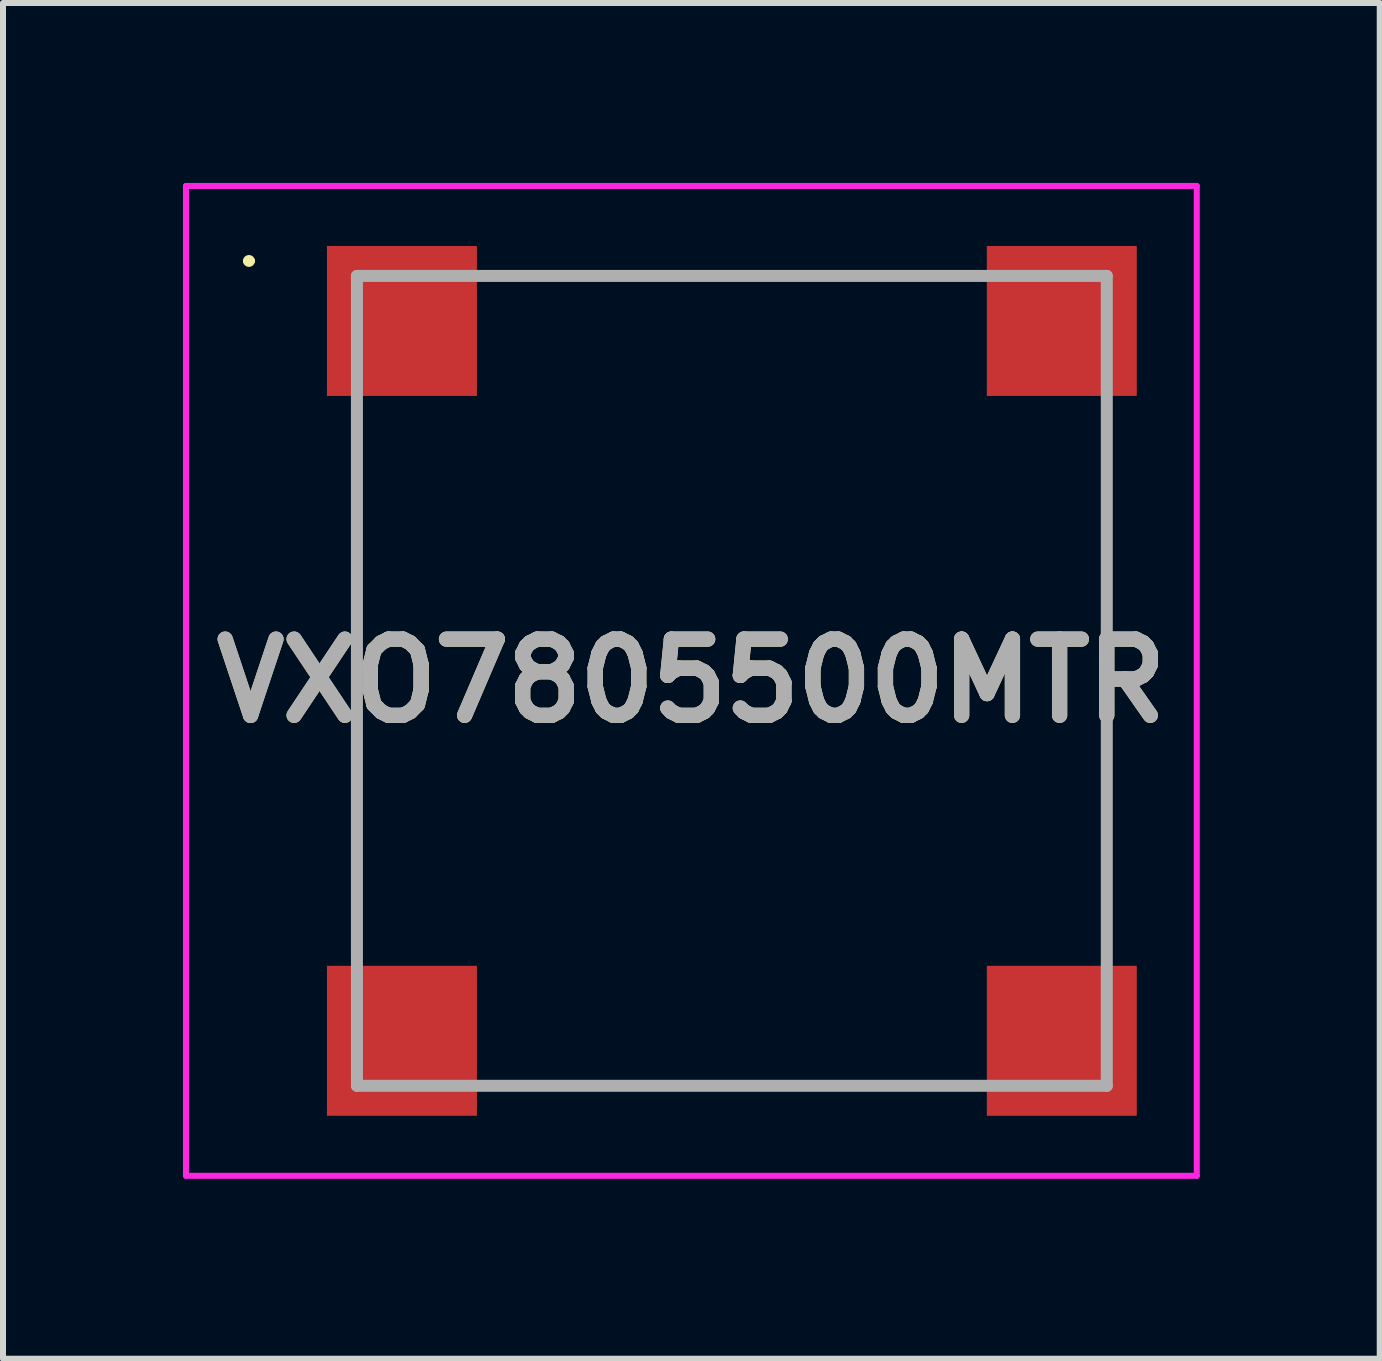
<source format=kicad_pcb>
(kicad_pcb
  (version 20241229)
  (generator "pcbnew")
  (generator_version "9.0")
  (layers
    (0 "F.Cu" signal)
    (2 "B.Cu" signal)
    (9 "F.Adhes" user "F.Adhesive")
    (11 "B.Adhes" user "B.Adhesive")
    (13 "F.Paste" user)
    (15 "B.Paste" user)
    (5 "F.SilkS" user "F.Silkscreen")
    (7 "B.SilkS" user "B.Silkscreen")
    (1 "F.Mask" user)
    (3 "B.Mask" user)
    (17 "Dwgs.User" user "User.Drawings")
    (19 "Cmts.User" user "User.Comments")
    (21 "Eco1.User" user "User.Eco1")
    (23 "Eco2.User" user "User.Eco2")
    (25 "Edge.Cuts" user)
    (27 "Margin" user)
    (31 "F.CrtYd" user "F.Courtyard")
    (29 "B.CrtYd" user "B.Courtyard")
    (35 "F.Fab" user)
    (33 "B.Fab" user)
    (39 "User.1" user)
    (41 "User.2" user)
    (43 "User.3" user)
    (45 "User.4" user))
  (footprint "VXO7805500MTR"
    (layer "F.Cu")
    (at 9.15 8.3)
    (property "Reference" "VXO7805500MTR" (at -0.675 0 0) (layer "F.SilkS") (effects (font (size 1.27 1.27) (thickness 0.254))))
    (attr smd)
    (fp_line (start -8.1 -7) (end -8.1 -7) (stroke (width 0.1) (type solid)) (layer "F.SilkS"))
    (fp_line (start -8 -7) (end -8 -7) (stroke (width 0.1) (type solid)) (layer "F.SilkS"))
    (fp_line (start -6.25 4) (end -6.25 -3) (stroke (width 0.1) (type solid)) (layer "F.SilkS"))
    (fp_line (start -3.5 6.75) (end 3 6.75) (stroke (width 0.1) (type solid)) (layer "F.SilkS"))
    (fp_line (start -3 -6.75) (end 3 -6.75) (stroke (width 0.1) (type solid)) (layer "F.SilkS"))
    (fp_line (start 6.25 4) (end 6.25 -3) (stroke (width 0.1) (type solid)) (layer "F.SilkS"))
    (fp_arc (start -8.1 -7) (mid -8.05 -7.05) (end -8 -7) (stroke (width 0.1) (type solid)) (layer "F.SilkS"))
    (fp_arc (start -8 -7) (mid -8.05 -6.95) (end -8.1 -7) (stroke (width 0.1) (type solid)) (layer "F.SilkS"))
    (fp_line (start -9.1 -8.25) (end 7.75 -8.25) (stroke (width 0.1) (type solid)) (layer "F.CrtYd"))
    (fp_line (start -9.1 8.25) (end -9.1 -8.25) (stroke (width 0.1) (type solid)) (layer "F.CrtYd"))
    (fp_line (start 7.75 -8.25) (end 7.75 8.25) (stroke (width 0.1) (type solid)) (layer "F.CrtYd"))
    (fp_line (start 7.75 8.25) (end -9.1 8.25) (stroke (width 0.1) (type solid)) (layer "F.CrtYd"))
    (fp_line (start -6.25 -6.75) (end 6.25 -6.75) (stroke (width 0.2) (type solid)) (layer "F.Fab"))
    (fp_line (start -6.25 6.75) (end -6.25 -6.75) (stroke (width 0.2) (type solid)) (layer "F.Fab"))
    (fp_line (start 6.25 -6.75) (end 6.25 6.75) (stroke (width 0.2) (type solid)) (layer "F.Fab"))
    (fp_line (start 6.25 6.75) (end -6.25 6.75) (stroke (width 0.2) (type solid)) (layer "F.Fab"))
    (fp_text user "${REFERENCE}" (at -0.675 0 0) (layer "F.Fab") (effects (font (size 1.27 1.27) (thickness 0.254))))
    (pad "1" smd rect (at -5.5 -6) (size 2.5 2.5) (layers "F.Cu" "F.Mask" "F.Paste"))
    (pad "2" smd rect (at 5.5 -6) (size 2.5 2.5) (layers "F.Cu" "F.Mask" "F.Paste"))
    (pad "3" smd rect (at 5.5 6) (size 2.5 2.5) (layers "F.Cu" "F.Mask" "F.Paste"))
    (pad "4" smd rect (at -5.5 6) (size 2.5 2.5) (layers "F.Cu" "F.Mask" "F.Paste")))
  (gr_rect
    (start -3 -3)
    (end 19.95 19.6)
    (stroke (width 0.1) (type default))
    (fill no)
    (layer "Edge.Cuts")))
</source>
